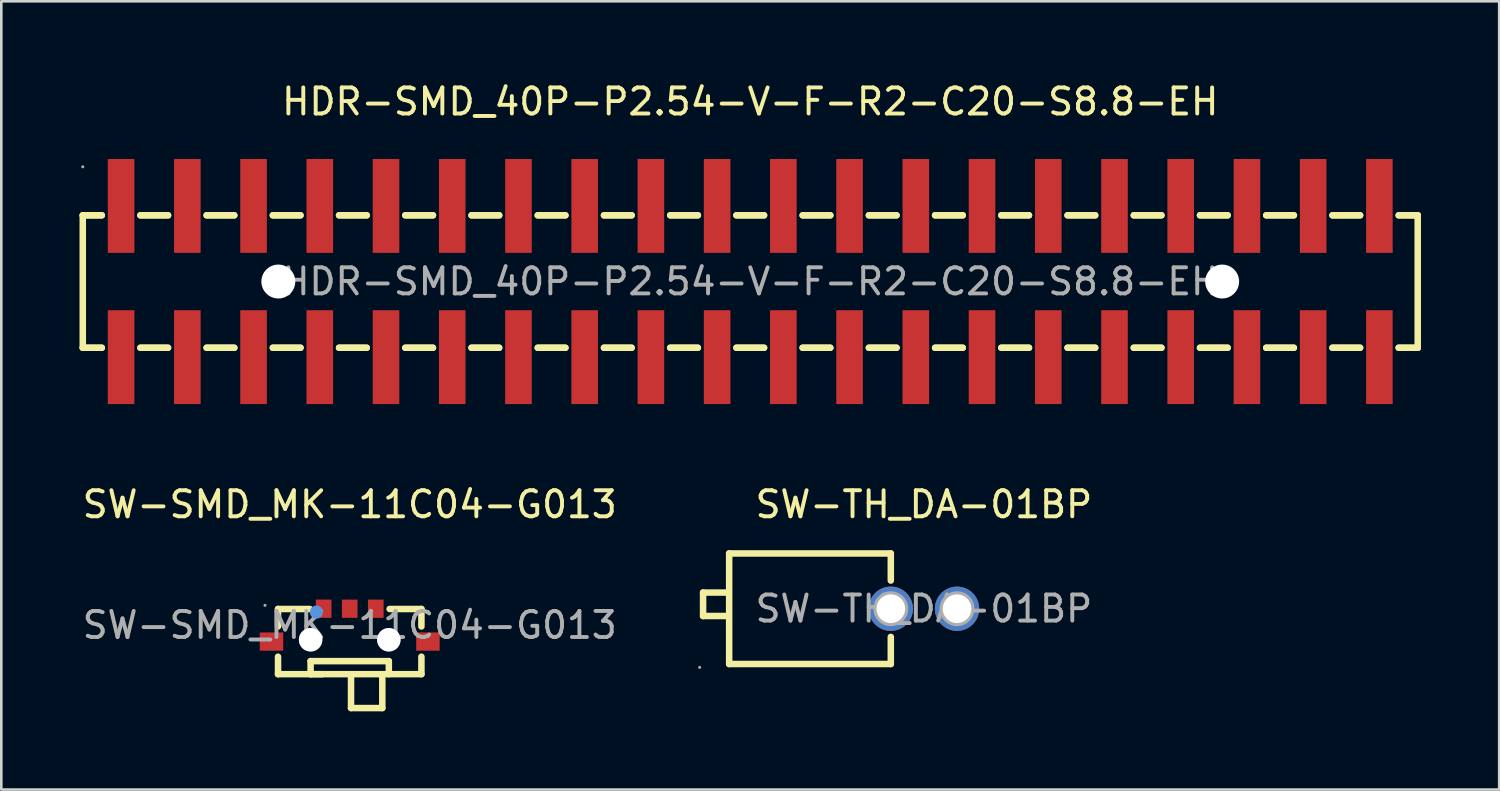
<source format=kicad_pcb>
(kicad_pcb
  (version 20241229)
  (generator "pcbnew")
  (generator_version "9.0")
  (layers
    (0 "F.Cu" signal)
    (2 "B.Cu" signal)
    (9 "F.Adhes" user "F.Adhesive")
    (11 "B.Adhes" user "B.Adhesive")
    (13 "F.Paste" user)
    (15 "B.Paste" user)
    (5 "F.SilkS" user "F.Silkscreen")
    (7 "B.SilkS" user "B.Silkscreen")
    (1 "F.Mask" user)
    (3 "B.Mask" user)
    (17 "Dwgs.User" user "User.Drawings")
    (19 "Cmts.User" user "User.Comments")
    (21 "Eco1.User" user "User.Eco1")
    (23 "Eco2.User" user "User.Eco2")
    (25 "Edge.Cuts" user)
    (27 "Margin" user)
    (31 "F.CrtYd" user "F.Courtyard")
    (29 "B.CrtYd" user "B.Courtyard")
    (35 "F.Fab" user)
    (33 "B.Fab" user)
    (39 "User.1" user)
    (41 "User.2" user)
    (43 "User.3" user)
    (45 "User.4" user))
  (footprint "SW-SMD_MK-11C04-G013"
    (layer "F.Cu")
    (at 10.363 20.927)
    (property "Reference" "SW-SMD_MK-11C04-G013" (at 0 -4.63 0) (layer "F.SilkS") (effects (font (size 1 1) (thickness 0.15))))
    (attr smd)
    (fp_line (start -2.75 -0.62) (end -1.53 -0.62) (stroke (width 0.25) (type solid)) (layer "F.SilkS"))
    (fp_line (start -2.75 0.05) (end -2.75 -0.62) (stroke (width 0.25) (type solid)) (layer "F.SilkS"))
    (fp_line (start -2.75 1.88) (end -2.75 1.21) (stroke (width 0.25) (type solid)) (layer "F.SilkS"))
    (fp_line (start -2.75 1.88) (end 2.75 1.88) (stroke (width 0.25) (type solid)) (layer "F.SilkS"))
    (fp_line (start -1.5 1.38) (end 1.5 1.38) (stroke (width 0.25) (type solid)) (layer "F.SilkS"))
    (fp_line (start -1.5 1.88) (end -1.5 1.38) (stroke (width 0.25) (type solid)) (layer "F.SilkS"))
    (fp_line (start -1.05 1.88) (end -1.5 1.88) (stroke (width 0.25) (type solid)) (layer "F.SilkS"))
    (fp_line (start 0.05 1.88) (end 0.05 3.18) (stroke (width 0.25) (type solid)) (layer "F.SilkS"))
    (fp_line (start 0.05 3.18) (end 1.25 3.18) (stroke (width 0.25) (type solid)) (layer "F.SilkS"))
    (fp_line (start 1.25 3.18) (end 1.25 1.88) (stroke (width 0.25) (type solid)) (layer "F.SilkS"))
    (fp_line (start 1.5 1.38) (end 1.5 1.88) (stroke (width 0.25) (type solid)) (layer "F.SilkS"))
    (fp_line (start 1.53 -0.62) (end 2.75 -0.62) (stroke (width 0.25) (type solid)) (layer "F.SilkS"))
    (fp_line (start 2.75 -0.62) (end 2.75 0.05) (stroke (width 0.25) (type solid)) (layer "F.SilkS"))
    (fp_line (start 2.75 1.21) (end 2.75 1.88) (stroke (width 0.25) (type solid)) (layer "F.SilkS"))
    (fp_circle (center -1.28 -0.5) (end -1.15 -0.5) (stroke (width 0.25) (type solid)) (fill no) (layer "Cmts.User"))
    (fp_circle (center -3.25 -0.76) (end -3.22 -0.76) (stroke (width 0.06) (type solid)) (fill no) (layer "F.Fab"))
    (fp_text user "${REFERENCE}" (at 0 0 0) (layer "F.Fab") (effects (font (size 1 1) (thickness 0.15))))
    (pad "" thru_hole circle (at -1.5 0.56) (size 0.9 0.9) (drill 0.9) (layers "*.Cu" "*.Mask"))
    (pad "" thru_hole circle (at 1.5 0.56) (size 0.9 0.9) (drill 0.9) (layers "*.Cu" "*.Mask"))
    (pad "1" smd rect (at -1 -0.63 90) (size 0.7 0.6) (layers "F.Cu" "F.Mask" "F.Paste"))
    (pad "2" smd rect (at 1 -0.63 90) (size 0.7 0.6) (layers "F.Cu" "F.Mask" "F.Paste"))
    (pad "4" smd rect (at 3 0.63 180) (size 0.9 0.7) (layers "F.Cu" "F.Mask" "F.Paste"))
    (pad "5" smd rect (at -3 0.63 180) (size 0.9 0.7) (layers "F.Cu" "F.Mask" "F.Paste"))
    (pad "C" smd rect (at 0 -0.63 90) (size 0.7 0.6) (layers "F.Cu" "F.Mask" "F.Paste")))
  (footprint "SW-TH_DA-01BP"
    (layer "F.Cu")
    (at 32.386 20.297)
    (property "Reference" "SW-TH_DA-01BP" (at 0 -4 0) (layer "F.SilkS") (effects (font (size 1 1) (thickness 0.15))))
    (attr smd)
    (fp_line (start -8.47 -0.62) (end -8.47 0.28) (stroke (width 0.25) (type solid)) (layer "F.SilkS"))
    (fp_line (start -8.47 0.28) (end -7.57 0.28) (stroke (width 0.25) (type solid)) (layer "F.SilkS"))
    (fp_line (start -7.57 -0.62) (end -8.47 -0.62) (stroke (width 0.25) (type solid)) (layer "F.SilkS"))
    (fp_line (start -7.47 -2.12) (end -7.47 2.12) (stroke (width 0.25) (type solid)) (layer "F.SilkS"))
    (fp_line (start -1.27 -2.12) (end -7.47 -2.12) (stroke (width 0.25) (type solid)) (layer "F.SilkS"))
    (fp_line (start -1.27 -2.12) (end -1.27 -1.08) (stroke (width 0.25) (type solid)) (layer "F.SilkS"))
    (fp_line (start -1.27 1.08) (end -1.27 2.12) (stroke (width 0.25) (type solid)) (layer "F.SilkS"))
    (fp_line (start -1.27 2.12) (end -7.47 2.12) (stroke (width 0.25) (type solid)) (layer "F.SilkS"))
    (fp_circle (center -8.6 2.25) (end -8.57 2.25) (stroke (width 0.06) (type solid)) (fill no) (layer "F.Fab"))
    (fp_circle (center -1.27 0) (end -1.05 0) (stroke (width 0.45) (type solid)) (fill no) (layer "F.Fab"))
    (fp_circle (center 1.27 0) (end 1.49 0) (stroke (width 0.45) (type solid)) (fill no) (layer "F.Fab"))
    (fp_text user "${REFERENCE}" (at 0 0 0) (layer "F.Fab") (effects (font (size 1 1) (thickness 0.15))))
    (pad "1" thru_hole circle (at -1.27 0) (size 1.7 1.7) (drill 1.1) (layers "*.Cu" "*.Paste" "*.Mask"))
    (pad "2" thru_hole circle (at 1.27 0) (size 1.7 1.7) (drill 1.1) (layers "*.Cu" "*.Paste" "*.Mask")))
  (footprint "HDR-SMD_40P-P2.54-V-F-R2-C20-S8.8-EH"
    (layer "F.Cu")
    (at 25.725 7.748)
    (property "Reference" "HDR-SMD_40P-P2.54-V-F-R2-C20-S8.8-EH" (at 0 -6.9 0) (layer "F.SilkS") (effects (font (size 1 1) (thickness 0.15))))
    (attr smd)
    (fp_line (start -25.6 2.54) (end -25.6 -2.54) (stroke (width 0.25) (type solid)) (layer "F.SilkS"))
    (fp_line (start -25.6 2.54) (end -24.87 2.54) (stroke (width 0.25) (type solid)) (layer "F.SilkS"))
    (fp_line (start -25.6 2.54) (end -24.87 2.54) (stroke (width 0.25) (type solid)) (layer "F.SilkS"))
    (fp_line (start -24.87 -2.54) (end -25.6 -2.54) (stroke (width 0.25) (type solid)) (layer "F.SilkS"))
    (fp_line (start -24.87 -2.54) (end -25.6 -2.54) (stroke (width 0.25) (type solid)) (layer "F.SilkS"))
    (fp_line (start -23.39 2.54) (end -22.33 2.54) (stroke (width 0.25) (type solid)) (layer "F.SilkS"))
    (fp_line (start -23.39 2.54) (end -22.33 2.54) (stroke (width 0.25) (type solid)) (layer "F.SilkS"))
    (fp_line (start -22.33 -2.54) (end -23.39 -2.54) (stroke (width 0.25) (type solid)) (layer "F.SilkS"))
    (fp_line (start -22.33 -2.54) (end -23.39 -2.54) (stroke (width 0.25) (type solid)) (layer "F.SilkS"))
    (fp_line (start -20.85 2.54) (end -19.79 2.54) (stroke (width 0.25) (type solid)) (layer "F.SilkS"))
    (fp_line (start -20.85 2.54) (end -19.79 2.54) (stroke (width 0.25) (type solid)) (layer "F.SilkS"))
    (fp_line (start -19.79 -2.54) (end -20.85 -2.54) (stroke (width 0.25) (type solid)) (layer "F.SilkS"))
    (fp_line (start -19.79 -2.54) (end -20.85 -2.54) (stroke (width 0.25) (type solid)) (layer "F.SilkS"))
    (fp_line (start -18.31 2.54) (end -17.25 2.54) (stroke (width 0.25) (type solid)) (layer "F.SilkS"))
    (fp_line (start -18.31 2.54) (end -17.25 2.54) (stroke (width 0.25) (type solid)) (layer "F.SilkS"))
    (fp_line (start -17.25 -2.54) (end -18.31 -2.54) (stroke (width 0.25) (type solid)) (layer "F.SilkS"))
    (fp_line (start -17.25 -2.54) (end -18.31 -2.54) (stroke (width 0.25) (type solid)) (layer "F.SilkS"))
    (fp_line (start -15.77 2.54) (end -14.71 2.54) (stroke (width 0.25) (type solid)) (layer "F.SilkS"))
    (fp_line (start -15.77 2.54) (end -14.71 2.54) (stroke (width 0.25) (type solid)) (layer "F.SilkS"))
    (fp_line (start -14.71 -2.54) (end -15.77 -2.54) (stroke (width 0.25) (type solid)) (layer "F.SilkS"))
    (fp_line (start -14.71 -2.54) (end -15.77 -2.54) (stroke (width 0.25) (type solid)) (layer "F.SilkS"))
    (fp_line (start -13.23 2.54) (end -12.17 2.54) (stroke (width 0.25) (type solid)) (layer "F.SilkS"))
    (fp_line (start -13.23 2.54) (end -12.17 2.54) (stroke (width 0.25) (type solid)) (layer "F.SilkS"))
    (fp_line (start -12.17 -2.54) (end -13.23 -2.54) (stroke (width 0.25) (type solid)) (layer "F.SilkS"))
    (fp_line (start -12.17 -2.54) (end -13.23 -2.54) (stroke (width 0.25) (type solid)) (layer "F.SilkS"))
    (fp_line (start -10.69 2.54) (end -9.63 2.54) (stroke (width 0.25) (type solid)) (layer "F.SilkS"))
    (fp_line (start -10.69 2.54) (end -9.63 2.54) (stroke (width 0.25) (type solid)) (layer "F.SilkS"))
    (fp_line (start -9.63 -2.54) (end -10.69 -2.54) (stroke (width 0.25) (type solid)) (layer "F.SilkS"))
    (fp_line (start -9.63 -2.54) (end -10.69 -2.54) (stroke (width 0.25) (type solid)) (layer "F.SilkS"))
    (fp_line (start -8.15 2.54) (end -7.09 2.54) (stroke (width 0.25) (type solid)) (layer "F.SilkS"))
    (fp_line (start -8.15 2.54) (end -7.09 2.54) (stroke (width 0.25) (type solid)) (layer "F.SilkS"))
    (fp_line (start -7.09 -2.54) (end -8.15 -2.54) (stroke (width 0.25) (type solid)) (layer "F.SilkS"))
    (fp_line (start -7.09 -2.54) (end -8.15 -2.54) (stroke (width 0.25) (type solid)) (layer "F.SilkS"))
    (fp_line (start -5.61 2.54) (end -4.55 2.54) (stroke (width 0.25) (type solid)) (layer "F.SilkS"))
    (fp_line (start -5.61 2.54) (end -4.55 2.54) (stroke (width 0.25) (type solid)) (layer "F.SilkS"))
    (fp_line (start -4.55 -2.54) (end -5.61 -2.54) (stroke (width 0.25) (type solid)) (layer "F.SilkS"))
    (fp_line (start -4.55 -2.54) (end -5.61 -2.54) (stroke (width 0.25) (type solid)) (layer "F.SilkS"))
    (fp_line (start -3.07 2.54) (end -2.01 2.54) (stroke (width 0.25) (type solid)) (layer "F.SilkS"))
    (fp_line (start -3.07 2.54) (end -2.01 2.54) (stroke (width 0.25) (type solid)) (layer "F.SilkS"))
    (fp_line (start -2.01 -2.54) (end -3.07 -2.54) (stroke (width 0.25) (type solid)) (layer "F.SilkS"))
    (fp_line (start -2.01 -2.54) (end -3.07 -2.54) (stroke (width 0.25) (type solid)) (layer "F.SilkS"))
    (fp_line (start -0.53 2.54) (end 0.53 2.54) (stroke (width 0.25) (type solid)) (layer "F.SilkS"))
    (fp_line (start -0.53 2.54) (end 0.53 2.54) (stroke (width 0.25) (type solid)) (layer "F.SilkS"))
    (fp_line (start 0.53 -2.54) (end -0.53 -2.54) (stroke (width 0.25) (type solid)) (layer "F.SilkS"))
    (fp_line (start 0.53 -2.54) (end -0.53 -2.54) (stroke (width 0.25) (type solid)) (layer "F.SilkS"))
    (fp_line (start 2.01 2.54) (end 3.07 2.54) (stroke (width 0.25) (type solid)) (layer "F.SilkS"))
    (fp_line (start 2.01 2.54) (end 3.07 2.54) (stroke (width 0.25) (type solid)) (layer "F.SilkS"))
    (fp_line (start 3.07 -2.54) (end 2.01 -2.54) (stroke (width 0.25) (type solid)) (layer "F.SilkS"))
    (fp_line (start 3.07 -2.54) (end 2.01 -2.54) (stroke (width 0.25) (type solid)) (layer "F.SilkS"))
    (fp_line (start 4.55 2.54) (end 5.61 2.54) (stroke (width 0.25) (type solid)) (layer "F.SilkS"))
    (fp_line (start 4.55 2.54) (end 5.61 2.54) (stroke (width 0.25) (type solid)) (layer "F.SilkS"))
    (fp_line (start 5.61 -2.54) (end 4.55 -2.54) (stroke (width 0.25) (type solid)) (layer "F.SilkS"))
    (fp_line (start 5.61 -2.54) (end 4.55 -2.54) (stroke (width 0.25) (type solid)) (layer "F.SilkS"))
    (fp_line (start 7.09 2.54) (end 8.15 2.54) (stroke (width 0.25) (type solid)) (layer "F.SilkS"))
    (fp_line (start 7.09 2.54) (end 8.15 2.54) (stroke (width 0.25) (type solid)) (layer "F.SilkS"))
    (fp_line (start 8.15 -2.54) (end 7.09 -2.54) (stroke (width 0.25) (type solid)) (layer "F.SilkS"))
    (fp_line (start 8.15 -2.54) (end 7.09 -2.54) (stroke (width 0.25) (type solid)) (layer "F.SilkS"))
    (fp_line (start 9.63 2.54) (end 10.69 2.54) (stroke (width 0.25) (type solid)) (layer "F.SilkS"))
    (fp_line (start 9.63 2.54) (end 10.69 2.54) (stroke (width 0.25) (type solid)) (layer "F.SilkS"))
    (fp_line (start 10.69 -2.54) (end 9.63 -2.54) (stroke (width 0.25) (type solid)) (layer "F.SilkS"))
    (fp_line (start 10.69 -2.54) (end 9.63 -2.54) (stroke (width 0.25) (type solid)) (layer "F.SilkS"))
    (fp_line (start 12.17 2.54) (end 13.23 2.54) (stroke (width 0.25) (type solid)) (layer "F.SilkS"))
    (fp_line (start 12.17 2.54) (end 13.23 2.54) (stroke (width 0.25) (type solid)) (layer "F.SilkS"))
    (fp_line (start 13.23 -2.54) (end 12.17 -2.54) (stroke (width 0.25) (type solid)) (layer "F.SilkS"))
    (fp_line (start 13.23 -2.54) (end 12.17 -2.54) (stroke (width 0.25) (type solid)) (layer "F.SilkS"))
    (fp_line (start 14.71 2.54) (end 15.77 2.54) (stroke (width 0.25) (type solid)) (layer "F.SilkS"))
    (fp_line (start 14.71 2.54) (end 15.77 2.54) (stroke (width 0.25) (type solid)) (layer "F.SilkS"))
    (fp_line (start 15.77 -2.54) (end 14.71 -2.54) (stroke (width 0.25) (type solid)) (layer "F.SilkS"))
    (fp_line (start 15.77 -2.54) (end 14.71 -2.54) (stroke (width 0.25) (type solid)) (layer "F.SilkS"))
    (fp_line (start 17.25 2.54) (end 18.31 2.54) (stroke (width 0.25) (type solid)) (layer "F.SilkS"))
    (fp_line (start 17.25 2.54) (end 18.31 2.54) (stroke (width 0.25) (type solid)) (layer "F.SilkS"))
    (fp_line (start 18.31 -2.54) (end 17.25 -2.54) (stroke (width 0.25) (type solid)) (layer "F.SilkS"))
    (fp_line (start 18.31 -2.54) (end 17.25 -2.54) (stroke (width 0.25) (type solid)) (layer "F.SilkS"))
    (fp_line (start 19.79 2.54) (end 20.85 2.54) (stroke (width 0.25) (type solid)) (layer "F.SilkS"))
    (fp_line (start 19.79 2.54) (end 20.85 2.54) (stroke (width 0.25) (type solid)) (layer "F.SilkS"))
    (fp_line (start 20.85 -2.54) (end 19.79 -2.54) (stroke (width 0.25) (type solid)) (layer "F.SilkS"))
    (fp_line (start 20.85 -2.54) (end 19.79 -2.54) (stroke (width 0.25) (type solid)) (layer "F.SilkS"))
    (fp_line (start 22.33 2.54) (end 23.39 2.54) (stroke (width 0.25) (type solid)) (layer "F.SilkS"))
    (fp_line (start 22.33 2.54) (end 23.39 2.54) (stroke (width 0.25) (type solid)) (layer "F.SilkS"))
    (fp_line (start 23.39 -2.54) (end 22.33 -2.54) (stroke (width 0.25) (type solid)) (layer "F.SilkS"))
    (fp_line (start 23.39 -2.54) (end 22.33 -2.54) (stroke (width 0.25) (type solid)) (layer "F.SilkS"))
    (fp_line (start 24.87 2.54) (end 25.6 2.54) (stroke (width 0.25) (type solid)) (layer "F.SilkS"))
    (fp_line (start 24.87 2.54) (end 25.6 2.54) (stroke (width 0.25) (type solid)) (layer "F.SilkS"))
    (fp_line (start 25.6 -2.54) (end 24.87 -2.54) (stroke (width 0.25) (type solid)) (layer "F.SilkS"))
    (fp_line (start 25.6 -2.54) (end 24.87 -2.54) (stroke (width 0.25) (type solid)) (layer "F.SilkS"))
    (fp_line (start 25.6 2.54) (end 25.6 -2.54) (stroke (width 0.25) (type solid)) (layer "F.SilkS"))
    (fp_circle (center -18.1 0) (end -17.85 0) (stroke (width 0.5) (type solid)) (fill no) (layer "Cmts.User"))
    (fp_circle (center 18.1 0) (end 18.35 0) (stroke (width 0.5) (type solid)) (fill no) (layer "Cmts.User"))
    (fp_circle (center -25.6 -4.4) (end -25.57 -4.4) (stroke (width 0.06) (type solid)) (fill no) (layer "F.Fab"))
    (fp_text user "${REFERENCE}" (at 0 0 180) (layer "F.Fab") (effects (font (size 1 1) (thickness 0.15))))
    (pad "" np_thru_hole circle (at -18.1 0 180) (size 1.3 1.3) (drill 1.3) (layers "*.Cu" "*.Mask"))
    (pad "" np_thru_hole circle (at 18.1 0 180) (size 1.3 1.3) (drill 1.3) (layers "*.Cu" "*.Mask"))
    (pad "1" smd rect (at -24.13 -2.9 180) (size 1.02 3.6) (layers "F.Cu" "F.Mask" "F.Paste"))
    (pad "2" smd rect (at -24.13 2.9 180) (size 1.02 3.6) (layers "F.Cu" "F.Mask" "F.Paste"))
    (pad "3" smd rect (at -21.59 -2.9 180) (size 1.02 3.6) (layers "F.Cu" "F.Mask" "F.Paste"))
    (pad "4" smd rect (at -21.59 2.9 180) (size 1.02 3.6) (layers "F.Cu" "F.Mask" "F.Paste"))
    (pad "5" smd rect (at -19.05 -2.9) (size 1.02 3.6) (layers "F.Cu" "F.Mask" "F.Paste"))
    (pad "6" smd rect (at -19.05 2.9) (size 1.02 3.6) (layers "F.Cu" "F.Mask" "F.Paste"))
    (pad "7" smd rect (at -16.51 -2.9) (size 1.02 3.6) (layers "F.Cu" "F.Mask" "F.Paste"))
    (pad "8" smd rect (at -16.51 2.9) (size 1.02 3.6) (layers "F.Cu" "F.Mask" "F.Paste"))
    (pad "9" smd rect (at -13.97 -2.9) (size 1.02 3.6) (layers "F.Cu" "F.Mask" "F.Paste"))
    (pad "10" smd rect (at -13.97 2.9) (size 1.02 3.6) (layers "F.Cu" "F.Mask" "F.Paste"))
    (pad "11" smd rect (at -11.43 -2.9) (size 1.02 3.6) (layers "F.Cu" "F.Mask" "F.Paste"))
    (pad "12" smd rect (at -11.43 2.9) (size 1.02 3.6) (layers "F.Cu" "F.Mask" "F.Paste"))
    (pad "13" smd rect (at -8.89 -2.9) (size 1.02 3.6) (layers "F.Cu" "F.Mask" "F.Paste"))
    (pad "14" smd rect (at -8.89 2.9) (size 1.02 3.6) (layers "F.Cu" "F.Mask" "F.Paste"))
    (pad "15" smd rect (at -6.35 -2.9) (size 1.02 3.6) (layers "F.Cu" "F.Mask" "F.Paste"))
    (pad "16" smd rect (at -6.35 2.9) (size 1.02 3.6) (layers "F.Cu" "F.Mask" "F.Paste"))
    (pad "17" smd rect (at -3.81 -2.9) (size 1.02 3.6) (layers "F.Cu" "F.Mask" "F.Paste"))
    (pad "18" smd rect (at -3.81 2.9) (size 1.02 3.6) (layers "F.Cu" "F.Mask" "F.Paste"))
    (pad "19" smd rect (at -1.27 -2.9) (size 1.02 3.6) (layers "F.Cu" "F.Mask" "F.Paste"))
    (pad "20" smd rect (at -1.27 2.9) (size 1.02 3.6) (layers "F.Cu" "F.Mask" "F.Paste"))
    (pad "21" smd rect (at 1.27 -2.9) (size 1.02 3.6) (layers "F.Cu" "F.Mask" "F.Paste"))
    (pad "22" smd rect (at 1.27 2.9) (size 1.02 3.6) (layers "F.Cu" "F.Mask" "F.Paste"))
    (pad "23" smd rect (at 3.81 -2.9) (size 1.02 3.6) (layers "F.Cu" "F.Mask" "F.Paste"))
    (pad "24" smd rect (at 3.81 2.9) (size 1.02 3.6) (layers "F.Cu" "F.Mask" "F.Paste"))
    (pad "25" smd rect (at 6.35 -2.9) (size 1.02 3.6) (layers "F.Cu" "F.Mask" "F.Paste"))
    (pad "26" smd rect (at 6.35 2.9) (size 1.02 3.6) (layers "F.Cu" "F.Mask" "F.Paste"))
    (pad "27" smd rect (at 8.89 -2.9) (size 1.02 3.6) (layers "F.Cu" "F.Mask" "F.Paste"))
    (pad "28" smd rect (at 8.89 2.9) (size 1.02 3.6) (layers "F.Cu" "F.Mask" "F.Paste"))
    (pad "29" smd rect (at 11.43 -2.9) (size 1.02 3.6) (layers "F.Cu" "F.Mask" "F.Paste"))
    (pad "30" smd rect (at 11.43 2.9) (size 1.02 3.6) (layers "F.Cu" "F.Mask" "F.Paste"))
    (pad "31" smd rect (at 13.97 -2.9) (size 1.02 3.6) (layers "F.Cu" "F.Mask" "F.Paste"))
    (pad "32" smd rect (at 13.97 2.9) (size 1.02 3.6) (layers "F.Cu" "F.Mask" "F.Paste"))
    (pad "33" smd rect (at 16.51 -2.9) (size 1.02 3.6) (layers "F.Cu" "F.Mask" "F.Paste"))
    (pad "34" smd rect (at 16.51 2.9) (size 1.02 3.6) (layers "F.Cu" "F.Mask" "F.Paste"))
    (pad "35" smd rect (at 19.05 -2.9) (size 1.02 3.6) (layers "F.Cu" "F.Mask" "F.Paste"))
    (pad "36" smd rect (at 19.05 2.9) (size 1.02 3.6) (layers "F.Cu" "F.Mask" "F.Paste"))
    (pad "37" smd rect (at 21.59 -2.9) (size 1.02 3.6) (layers "F.Cu" "F.Mask" "F.Paste"))
    (pad "38" smd rect (at 21.59 2.9) (size 1.02 3.6) (layers "F.Cu" "F.Mask" "F.Paste"))
    (pad "39" smd rect (at 24.13 -2.9) (size 1.02 3.6) (layers "F.Cu" "F.Mask" "F.Paste"))
    (pad "40" smd rect (at 24.13 2.9) (size 1.02 3.6) (layers "F.Cu" "F.Mask" "F.Paste")))
  (gr_rect
    (start -3 -3)
    (end 54.45 27.232)
    (stroke (width 0.1) (type default))
    (fill no)
    (layer "Edge.Cuts")))
</source>
